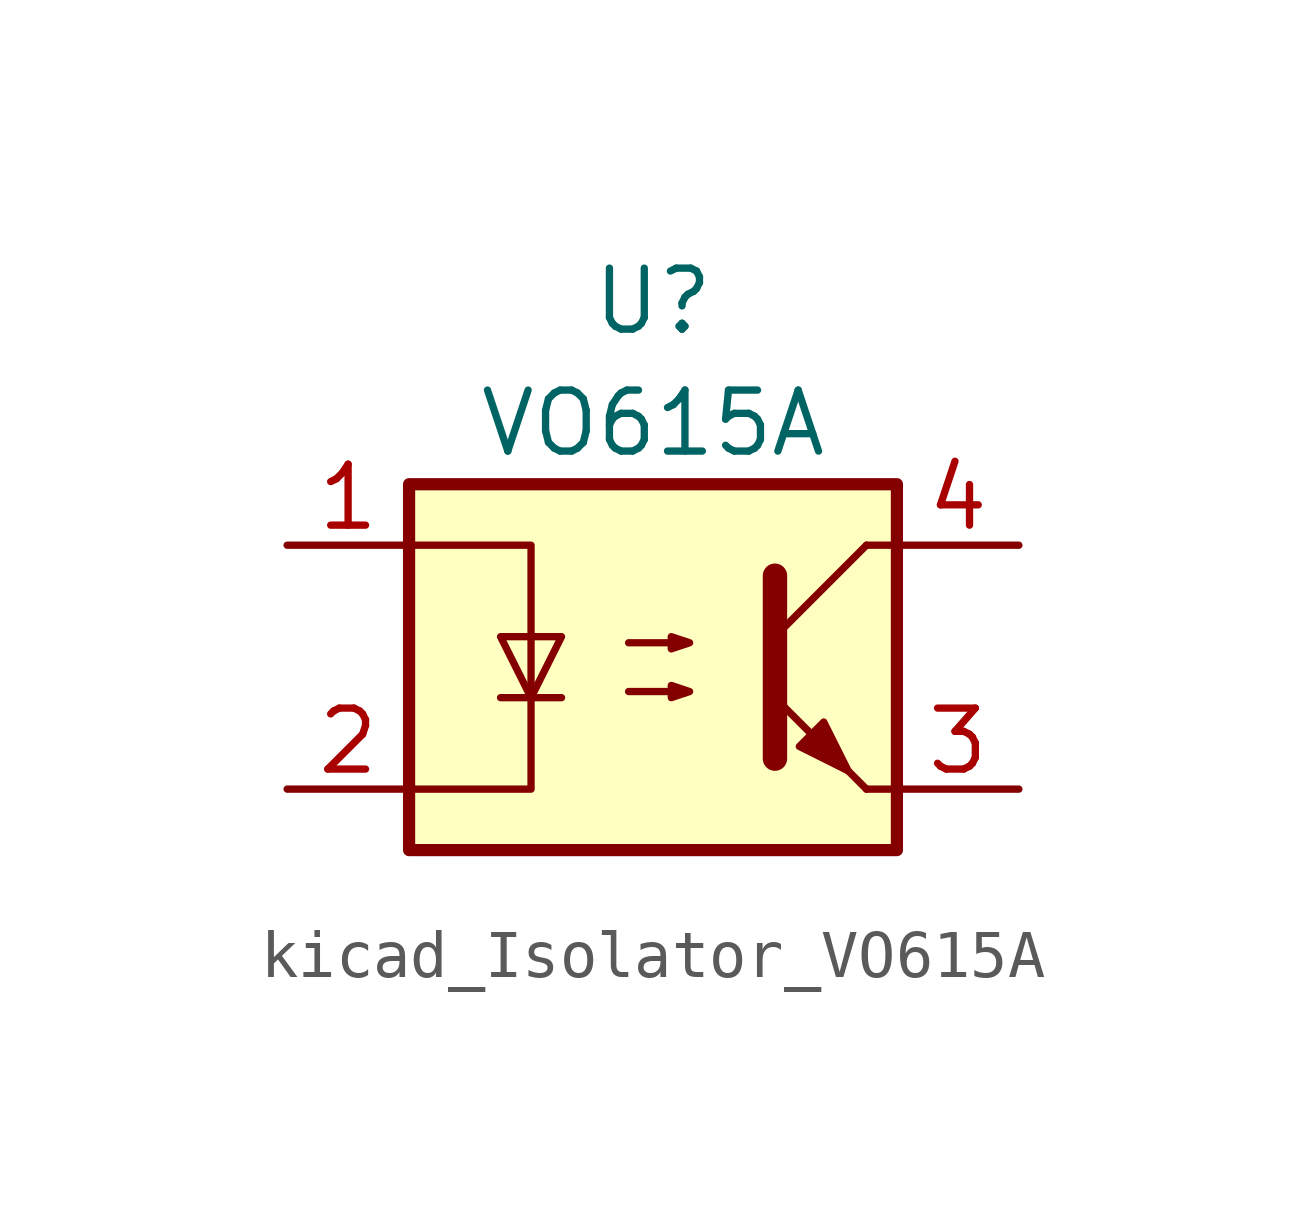
<source format=kicad_sym>
(kicad_symbol_lib
  (version 20220914)
  (generator kicad_symbol_editor)
  (symbol "kicad_Isolator_VO615A"
    (pin_names
      (offset 0.762))
    (property "Reference" "U"
      (at 0 7.62 0)
      (effects (font (size 1.27 1.27))))
    (property "Value" "VO615A"
      (at 0 5.08 0)
      (effects (font (size 1.27 1.27))))
    (symbol "kicad_Isolator_VO615A_0_1"
      (rectangle (start -5.08 3.81) (end 5.08 -3.81) (stroke (width 0.254) (type default)) (fill (type background)))
      (polyline (pts (xy -3.175 -0.635) (xy -1.905 -0.635)) (stroke (width 0) (type default)) (fill (type none)))
      (polyline (pts (xy 2.54 0.635) (xy 4.445 2.54)) (stroke (width 0) (type default)) (fill (type none)))
      (polyline (pts (xy 4.445 -2.54) (xy 2.54 -0.635)) (stroke (width 0) (type default)) (fill (type outline)))
      (polyline (pts (xy 4.445 -2.54) (xy 5.08 -2.54)) (stroke (width 0) (type default)) (fill (type none)))
      (polyline (pts (xy 4.445 2.54) (xy 5.08 2.54)) (stroke (width 0) (type default)) (fill (type none)))
      (polyline (pts (xy 2.54 1.905) (xy 2.54 -1.905) (xy 2.54 -1.905)) (stroke (width 0.508) (type default)) (fill (type none)))
      (polyline (pts (xy -5.08 2.54) (xy -2.54 2.54) (xy -2.54 -2.54) (xy -5.08 -2.54)) (stroke (width 0) (type default)) (fill (type none)))
      (polyline (pts (xy -2.54 -0.635) (xy -3.175 0.635) (xy -1.905 0.635) (xy -2.54 -0.635)) (stroke (width 0) (type default)) (fill (type none)))
      (polyline (pts (xy -0.508 -0.508) (xy 0.762 -0.508) (xy 0.381 -0.635) (xy 0.381 -0.381) (xy 0.762 -0.508)) (stroke (width 0) (type default)) (fill (type none)))
      (polyline (pts (xy -0.508 0.508) (xy 0.762 0.508) (xy 0.381 0.381) (xy 0.381 0.635) (xy 0.762 0.508)) (stroke (width 0) (type default)) (fill (type none)))
      (polyline (pts (xy 3.048 -1.651) (xy 3.556 -1.143) (xy 4.064 -2.159) (xy 3.048 -1.651) (xy 3.048 -1.651)) (stroke (width 0) (type default)) (fill (type outline))))
    (symbol "kicad_Isolator_VO615A_1_1"
      (pin passive line (at -7.62 2.54 0) (length 2.54) (name "~" (effects (font (size 1.27 1.27)))) (number "1" (effects (font (size 1.27 1.27)))))
      (pin passive line (at -7.62 -2.54 0) (length 2.54) (name "~" (effects (font (size 1.27 1.27)))) (number "2" (effects (font (size 1.27 1.27)))))
      (pin passive line (at 7.62 -2.54 180) (length 2.54) (name "~" (effects (font (size 1.27 1.27)))) (number "3" (effects (font (size 1.27 1.27)))))
      (pin passive line (at 7.62 2.54 180) (length 2.54) (name "~" (effects (font (size 1.27 1.27)))) (number "4" (effects (font (size 1.27 1.27))))))))
</source>
